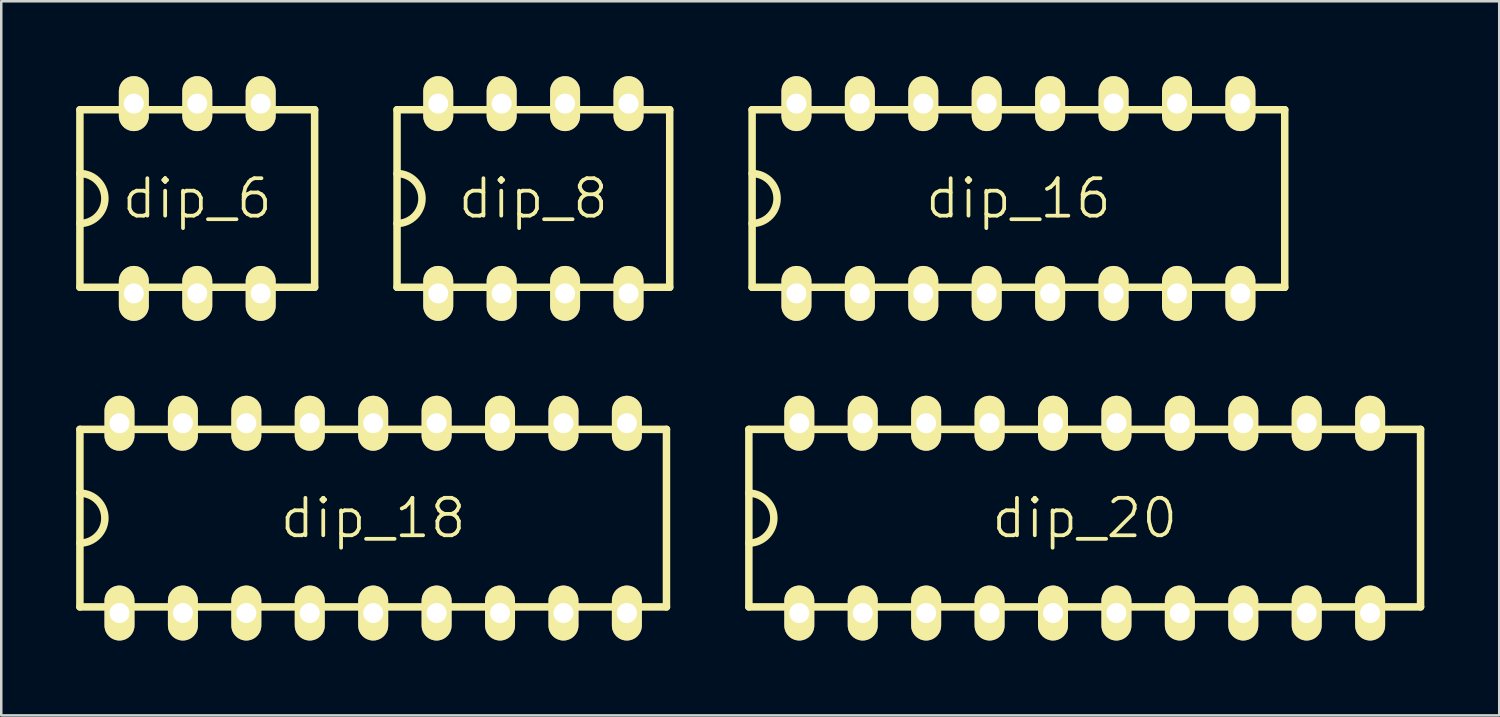
<source format=kicad_pcb>
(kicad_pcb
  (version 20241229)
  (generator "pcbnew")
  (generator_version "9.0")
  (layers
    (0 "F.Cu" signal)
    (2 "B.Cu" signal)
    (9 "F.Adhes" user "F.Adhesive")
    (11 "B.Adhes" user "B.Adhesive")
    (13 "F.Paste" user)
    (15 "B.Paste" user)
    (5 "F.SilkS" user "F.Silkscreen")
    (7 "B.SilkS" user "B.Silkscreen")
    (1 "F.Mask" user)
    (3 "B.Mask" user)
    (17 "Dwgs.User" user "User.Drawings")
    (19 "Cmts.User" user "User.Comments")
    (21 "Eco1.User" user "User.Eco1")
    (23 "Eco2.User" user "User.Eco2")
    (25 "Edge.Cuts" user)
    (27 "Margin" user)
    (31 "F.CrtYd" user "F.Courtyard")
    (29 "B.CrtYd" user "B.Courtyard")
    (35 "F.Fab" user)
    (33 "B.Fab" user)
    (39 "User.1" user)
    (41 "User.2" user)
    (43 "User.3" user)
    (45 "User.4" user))
  (footprint "dip_8"
    (layer "F.Cu")
    (at 18.31 4.9)
    (property "Reference" "dip_8" (at 0 0 0) (layer "F.SilkS") (effects (font (size 1.5 1.5) (thickness 0.15))))
    (attr through_hole)
    (fp_line (start -5.46 -3.555) (end 5.46 -3.555) (stroke (width 0.3) (type solid)) (layer "F.SilkS"))
    (fp_line (start -5.46 3.555) (end -5.46 -3.555) (stroke (width 0.3) (type solid)) (layer "F.SilkS"))
    (fp_line (start 5.46 -3.555) (end 5.46 3.555) (stroke (width 0.3) (type solid)) (layer "F.SilkS"))
    (fp_line (start 5.46 3.555) (end -5.46 3.555) (stroke (width 0.3) (type solid)) (layer "F.SilkS"))
    (fp_arc (start -5.46 -1) (mid -4.46 0) (end -5.46 1) (stroke (width 0.3) (type solid)) (layer "F.SilkS"))
    (pad "1" thru_hole oval (at -3.81 3.8) (size 1.2 2.2) (drill 0.8) (layers "*.Cu" "*.Mask" "F.SilkS"))
    (pad "2" thru_hole oval (at -1.27 3.8) (size 1.2 2.2) (drill 0.8) (layers "*.Cu" "*.Mask" "F.SilkS"))
    (pad "3" thru_hole oval (at 1.27 3.8) (size 1.2 2.2) (drill 0.8) (layers "*.Cu" "*.Mask" "F.SilkS"))
    (pad "4" thru_hole oval (at 3.81 3.8) (size 1.2 2.2) (drill 0.8) (layers "*.Cu" "*.Mask" "F.SilkS"))
    (pad "5" thru_hole oval (at 3.81 -3.8) (size 1.2 2.2) (drill 0.8) (layers "*.Cu" "*.Mask" "F.SilkS"))
    (pad "6" thru_hole oval (at 1.27 -3.8) (size 1.2 2.2) (drill 0.8) (layers "*.Cu" "*.Mask" "F.SilkS"))
    (pad "7" thru_hole oval (at -1.27 -3.8) (size 1.2 2.2) (drill 0.8) (layers "*.Cu" "*.Mask" "F.SilkS"))
    (pad "8" thru_hole oval (at -3.81 -3.8) (size 1.2 2.2) (drill 0.8) (layers "*.Cu" "*.Mask" "F.SilkS")))
  (footprint "dip_6"
    (layer "F.Cu")
    (at 4.85 4.9)
    (property "Reference" "dip_6" (at 0 0 0) (layer "F.SilkS") (effects (font (size 1.5 1.5) (thickness 0.15))))
    (attr through_hole)
    (fp_line (start -4.7 -3.555) (end 4.7 -3.555) (stroke (width 0.3) (type solid)) (layer "F.SilkS"))
    (fp_line (start -4.7 3.555) (end -4.7 -3.555) (stroke (width 0.3) (type solid)) (layer "F.SilkS"))
    (fp_line (start 4.7 -3.555) (end 4.7 3.555) (stroke (width 0.3) (type solid)) (layer "F.SilkS"))
    (fp_line (start 4.7 3.555) (end -4.7 3.555) (stroke (width 0.3) (type solid)) (layer "F.SilkS"))
    (fp_arc (start -4.7 -1) (mid -3.7 0) (end -4.7 1) (stroke (width 0.3) (type solid)) (layer "F.SilkS"))
    (pad "1" thru_hole oval (at -2.54 3.8) (size 1.2 2.2) (drill 0.8) (layers "*.Cu" "*.Mask" "F.SilkS"))
    (pad "2" thru_hole oval (at 0 3.8) (size 1.2 2.2) (drill 0.8) (layers "*.Cu" "*.Mask" "F.SilkS"))
    (pad "3" thru_hole oval (at 2.54 3.8) (size 1.2 2.2) (drill 0.8) (layers "*.Cu" "*.Mask" "F.SilkS"))
    (pad "4" thru_hole oval (at 2.54 -3.8) (size 1.2 2.2) (drill 0.8) (layers "*.Cu" "*.Mask" "F.SilkS"))
    (pad "5" thru_hole oval (at 0 -3.8) (size 1.2 2.2) (drill 0.8) (layers "*.Cu" "*.Mask" "F.SilkS"))
    (pad "6" thru_hole oval (at -2.54 -3.8) (size 1.2 2.2) (drill 0.8) (layers "*.Cu" "*.Mask" "F.SilkS")))
  (footprint "dip_18"
    (layer "F.Cu")
    (at 11.895 17.7)
    (property "Reference" "dip_18" (at 0 0 0) (layer "F.SilkS") (effects (font (size 1.5 1.5) (thickness 0.15))))
    (attr through_hole)
    (fp_line (start -11.745 -3.555) (end 11.745 -3.555) (stroke (width 0.3) (type solid)) (layer "F.SilkS"))
    (fp_line (start -11.745 3.555) (end -11.745 -3.555) (stroke (width 0.3) (type solid)) (layer "F.SilkS"))
    (fp_line (start 11.745 -3.555) (end 11.745 3.555) (stroke (width 0.3) (type solid)) (layer "F.SilkS"))
    (fp_line (start 11.745 3.555) (end -11.745 3.555) (stroke (width 0.3) (type solid)) (layer "F.SilkS"))
    (fp_arc (start -11.745 -1) (mid -10.745 0) (end -11.745 1) (stroke (width 0.3) (type solid)) (layer "F.SilkS"))
    (pad "1" thru_hole oval (at -10.16 3.8) (size 1.2 2.2) (drill 0.8) (layers "*.Cu" "*.Mask" "F.SilkS"))
    (pad "2" thru_hole oval (at -7.62 3.8) (size 1.2 2.2) (drill 0.8) (layers "*.Cu" "*.Mask" "F.SilkS"))
    (pad "3" thru_hole oval (at -5.08 3.8) (size 1.2 2.2) (drill 0.8) (layers "*.Cu" "*.Mask" "F.SilkS"))
    (pad "4" thru_hole oval (at -2.54 3.8) (size 1.2 2.2) (drill 0.8) (layers "*.Cu" "*.Mask" "F.SilkS"))
    (pad "5" thru_hole oval (at 0 3.8) (size 1.2 2.2) (drill 0.8) (layers "*.Cu" "*.Mask" "F.SilkS"))
    (pad "6" thru_hole oval (at 2.54 3.8) (size 1.2 2.2) (drill 0.8) (layers "*.Cu" "*.Mask" "F.SilkS"))
    (pad "7" thru_hole oval (at 5.08 3.8) (size 1.2 2.2) (drill 0.8) (layers "*.Cu" "*.Mask" "F.SilkS"))
    (pad "8" thru_hole oval (at 7.62 3.8) (size 1.2 2.2) (drill 0.8) (layers "*.Cu" "*.Mask" "F.SilkS"))
    (pad "9" thru_hole oval (at 10.16 3.8) (size 1.2 2.2) (drill 0.8) (layers "*.Cu" "*.Mask" "F.SilkS"))
    (pad "10" thru_hole oval (at 10.16 -3.8) (size 1.2 2.2) (drill 0.8) (layers "*.Cu" "*.Mask" "F.SilkS"))
    (pad "11" thru_hole oval (at 7.62 -3.8) (size 1.2 2.2) (drill 0.8) (layers "*.Cu" "*.Mask" "F.SilkS"))
    (pad "12" thru_hole oval (at 5.08 -3.8) (size 1.2 2.2) (drill 0.8) (layers "*.Cu" "*.Mask" "F.SilkS"))
    (pad "13" thru_hole oval (at 2.54 -3.8) (size 1.2 2.2) (drill 0.8) (layers "*.Cu" "*.Mask" "F.SilkS"))
    (pad "14" thru_hole oval (at 0 -3.8) (size 1.2 2.2) (drill 0.8) (layers "*.Cu" "*.Mask" "F.SilkS"))
    (pad "15" thru_hole oval (at -2.54 -3.8) (size 1.2 2.2) (drill 0.8) (layers "*.Cu" "*.Mask" "F.SilkS"))
    (pad "16" thru_hole oval (at -5.08 -3.8) (size 1.2 2.2) (drill 0.8) (layers "*.Cu" "*.Mask" "F.SilkS"))
    (pad "17" thru_hole oval (at -7.62 -3.8) (size 1.2 2.2) (drill 0.8) (layers "*.Cu" "*.Mask" "F.SilkS"))
    (pad "18" thru_hole oval (at -10.16 -3.8) (size 1.2 2.2) (drill 0.8) (layers "*.Cu" "*.Mask" "F.SilkS")))
  (footprint "dip_20"
    (layer "F.Cu")
    (at 40.39 17.7)
    (property "Reference" "dip_20" (at 0 0 0) (layer "F.SilkS") (effects (font (size 1.5 1.5) (thickness 0.15))))
    (attr through_hole)
    (fp_line (start -13.45 -3.555) (end 13.45 -3.555) (stroke (width 0.3) (type solid)) (layer "F.SilkS"))
    (fp_line (start -13.45 3.555) (end -13.45 -3.555) (stroke (width 0.3) (type solid)) (layer "F.SilkS"))
    (fp_line (start 13.45 -3.555) (end 13.45 3.555) (stroke (width 0.3) (type solid)) (layer "F.SilkS"))
    (fp_line (start 13.45 3.555) (end -13.45 3.555) (stroke (width 0.3) (type solid)) (layer "F.SilkS"))
    (fp_arc (start -13.45 -1) (mid -12.45 0) (end -13.45 1) (stroke (width 0.3) (type solid)) (layer "F.SilkS"))
    (pad "1" thru_hole oval (at -11.43 3.8) (size 1.2 2.2) (drill 0.8) (layers "*.Cu" "*.Mask" "F.SilkS"))
    (pad "2" thru_hole oval (at -8.89 3.8) (size 1.2 2.2) (drill 0.8) (layers "*.Cu" "*.Mask" "F.SilkS"))
    (pad "3" thru_hole oval (at -6.35 3.8) (size 1.2 2.2) (drill 0.8) (layers "*.Cu" "*.Mask" "F.SilkS"))
    (pad "4" thru_hole oval (at -3.81 3.8) (size 1.2 2.2) (drill 0.8) (layers "*.Cu" "*.Mask" "F.SilkS"))
    (pad "5" thru_hole oval (at -1.27 3.8) (size 1.2 2.2) (drill 0.8) (layers "*.Cu" "*.Mask" "F.SilkS"))
    (pad "6" thru_hole oval (at 1.27 3.8) (size 1.2 2.2) (drill 0.8) (layers "*.Cu" "*.Mask" "F.SilkS"))
    (pad "7" thru_hole oval (at 3.81 3.8) (size 1.2 2.2) (drill 0.8) (layers "*.Cu" "*.Mask" "F.SilkS"))
    (pad "8" thru_hole oval (at 6.35 3.8) (size 1.2 2.2) (drill 0.8) (layers "*.Cu" "*.Mask" "F.SilkS"))
    (pad "9" thru_hole oval (at 8.89 3.8) (size 1.2 2.2) (drill 0.8) (layers "*.Cu" "*.Mask" "F.SilkS"))
    (pad "10" thru_hole oval (at 11.43 3.8) (size 1.2 2.2) (drill 0.8) (layers "*.Cu" "*.Mask" "F.SilkS"))
    (pad "11" thru_hole oval (at 11.43 -3.8) (size 1.2 2.2) (drill 0.8) (layers "*.Cu" "*.Mask" "F.SilkS"))
    (pad "12" thru_hole oval (at 8.89 -3.8) (size 1.2 2.2) (drill 0.8) (layers "*.Cu" "*.Mask" "F.SilkS"))
    (pad "13" thru_hole oval (at 6.35 -3.8) (size 1.2 2.2) (drill 0.8) (layers "*.Cu" "*.Mask" "F.SilkS"))
    (pad "14" thru_hole oval (at 3.81 -3.8) (size 1.2 2.2) (drill 0.8) (layers "*.Cu" "*.Mask" "F.SilkS"))
    (pad "15" thru_hole oval (at 1.27 -3.8) (size 1.2 2.2) (drill 0.8) (layers "*.Cu" "*.Mask" "F.SilkS"))
    (pad "16" thru_hole oval (at -1.27 -3.8) (size 1.2 2.2) (drill 0.8) (layers "*.Cu" "*.Mask" "F.SilkS"))
    (pad "17" thru_hole oval (at -3.81 -3.8) (size 1.2 2.2) (drill 0.8) (layers "*.Cu" "*.Mask" "F.SilkS"))
    (pad "18" thru_hole oval (at -6.35 -3.8) (size 1.2 2.2) (drill 0.8) (layers "*.Cu" "*.Mask" "F.SilkS"))
    (pad "19" thru_hole oval (at -8.89 -3.8) (size 1.2 2.2) (drill 0.8) (layers "*.Cu" "*.Mask" "F.SilkS"))
    (pad "20" thru_hole oval (at -11.43 -3.8) (size 1.2 2.2) (drill 0.8) (layers "*.Cu" "*.Mask" "F.SilkS")))
  (footprint "dip_16"
    (layer "F.Cu")
    (at 37.735 4.9)
    (property "Reference" "dip_16" (at 0 0 0) (layer "F.SilkS") (effects (font (size 1.5 1.5) (thickness 0.15))))
    (attr through_hole)
    (fp_line (start -10.665 -3.555) (end 10.665 -3.555) (stroke (width 0.3) (type solid)) (layer "F.SilkS"))
    (fp_line (start -10.665 3.555) (end -10.665 -3.555) (stroke (width 0.3) (type solid)) (layer "F.SilkS"))
    (fp_line (start 10.665 -3.555) (end 10.665 3.555) (stroke (width 0.3) (type solid)) (layer "F.SilkS"))
    (fp_line (start 10.665 3.555) (end -10.665 3.555) (stroke (width 0.3) (type solid)) (layer "F.SilkS"))
    (fp_arc (start -10.665 -1) (mid -9.665 0) (end -10.665 1) (stroke (width 0.3) (type solid)) (layer "F.SilkS"))
    (pad "1" thru_hole oval (at -8.89 3.8) (size 1.2 2.2) (drill 0.8) (layers "*.Cu" "*.Mask" "F.SilkS"))
    (pad "2" thru_hole oval (at -6.35 3.8) (size 1.2 2.2) (drill 0.8) (layers "*.Cu" "*.Mask" "F.SilkS"))
    (pad "3" thru_hole oval (at -3.81 3.8) (size 1.2 2.2) (drill 0.8) (layers "*.Cu" "*.Mask" "F.SilkS"))
    (pad "4" thru_hole oval (at -1.27 3.8) (size 1.2 2.2) (drill 0.8) (layers "*.Cu" "*.Mask" "F.SilkS"))
    (pad "5" thru_hole oval (at 1.27 3.8) (size 1.2 2.2) (drill 0.8) (layers "*.Cu" "*.Mask" "F.SilkS"))
    (pad "6" thru_hole oval (at 3.81 3.8) (size 1.2 2.2) (drill 0.8) (layers "*.Cu" "*.Mask" "F.SilkS"))
    (pad "7" thru_hole oval (at 6.35 3.8) (size 1.2 2.2) (drill 0.8) (layers "*.Cu" "*.Mask" "F.SilkS"))
    (pad "8" thru_hole oval (at 8.89 3.8) (size 1.2 2.2) (drill 0.8) (layers "*.Cu" "*.Mask" "F.SilkS"))
    (pad "9" thru_hole oval (at 8.89 -3.8) (size 1.2 2.2) (drill 0.8) (layers "*.Cu" "*.Mask" "F.SilkS"))
    (pad "10" thru_hole oval (at 6.35 -3.8) (size 1.2 2.2) (drill 0.8) (layers "*.Cu" "*.Mask" "F.SilkS"))
    (pad "11" thru_hole oval (at 3.81 -3.8) (size 1.2 2.2) (drill 0.8) (layers "*.Cu" "*.Mask" "F.SilkS"))
    (pad "12" thru_hole oval (at 1.27 -3.8) (size 1.2 2.2) (drill 0.8) (layers "*.Cu" "*.Mask" "F.SilkS"))
    (pad "13" thru_hole oval (at -1.27 -3.8) (size 1.2 2.2) (drill 0.8) (layers "*.Cu" "*.Mask" "F.SilkS"))
    (pad "14" thru_hole oval (at -3.81 -3.8) (size 1.2 2.2) (drill 0.8) (layers "*.Cu" "*.Mask" "F.SilkS"))
    (pad "15" thru_hole oval (at -6.35 -3.8) (size 1.2 2.2) (drill 0.8) (layers "*.Cu" "*.Mask" "F.SilkS"))
    (pad "16" thru_hole oval (at -8.89 -3.8) (size 1.2 2.2) (drill 0.8) (layers "*.Cu" "*.Mask" "F.SilkS")))
  (gr_rect
    (start -3 -3)
    (end 56.99 25.6)
    (stroke (width 0.1) (type default))
    (fill no)
    (layer "Edge.Cuts")))
</source>
